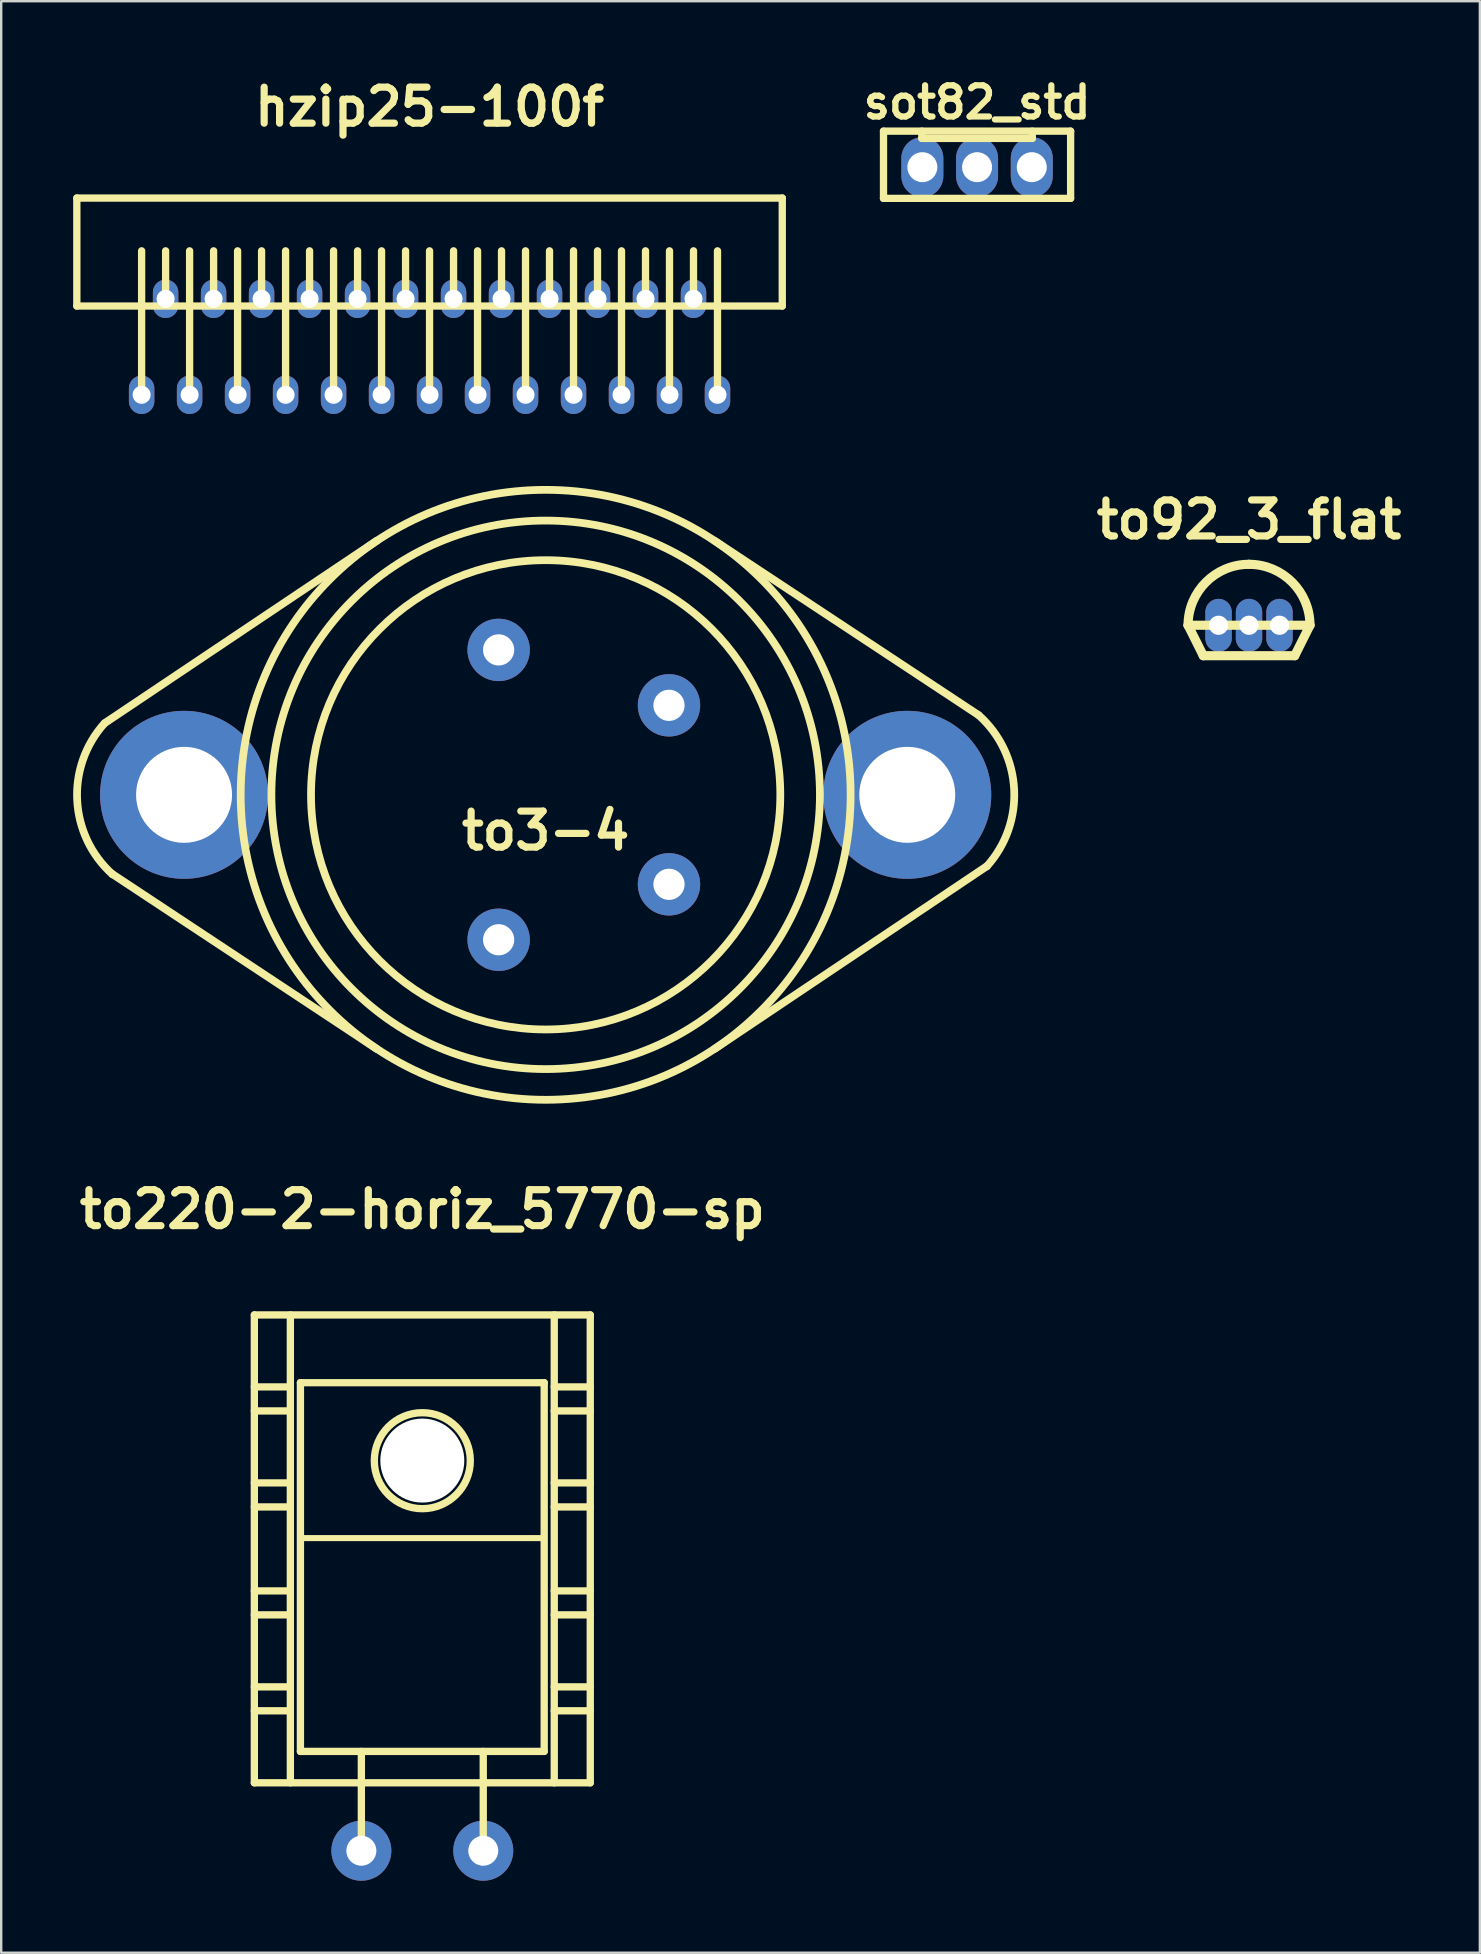
<source format=kicad_pcb>
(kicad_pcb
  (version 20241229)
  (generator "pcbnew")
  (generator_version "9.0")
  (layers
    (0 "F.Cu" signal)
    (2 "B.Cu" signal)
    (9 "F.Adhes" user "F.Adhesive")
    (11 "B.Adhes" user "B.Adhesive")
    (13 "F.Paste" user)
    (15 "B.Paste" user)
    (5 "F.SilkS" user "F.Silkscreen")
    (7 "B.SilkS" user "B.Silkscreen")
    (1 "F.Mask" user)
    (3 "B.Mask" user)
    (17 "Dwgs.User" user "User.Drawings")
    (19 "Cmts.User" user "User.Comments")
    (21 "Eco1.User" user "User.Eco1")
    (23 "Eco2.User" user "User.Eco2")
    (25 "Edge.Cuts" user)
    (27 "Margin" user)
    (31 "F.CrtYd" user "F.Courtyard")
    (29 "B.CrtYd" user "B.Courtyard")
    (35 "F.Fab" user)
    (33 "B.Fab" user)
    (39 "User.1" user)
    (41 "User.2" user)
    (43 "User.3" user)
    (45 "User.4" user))
  (footprint "hzip25-100f"
    (layer "F.Cu")
    (at 14.852 9.404)
    (property "Reference" "hzip25-100f" (at 0 -8 0) (layer "F.SilkS") (effects (font (size 1.5 1.5) (thickness 0.3))))
    (attr through_hole)
    (fp_line (start -14.7 -4.2) (end -14.7 0.3) (stroke (width 0.305) (type solid)) (layer "F.SilkS"))
    (fp_line (start -14.7 -4.2) (end 14.7 -4.2) (stroke (width 0.305) (type solid)) (layer "F.SilkS"))
    (fp_line (start -14.7 0.3) (end 14.7 0.3) (stroke (width 0.305) (type solid)) (layer "F.SilkS"))
    (fp_line (start -12 4) (end -12 -2) (stroke (width 0.305) (type solid)) (layer "F.SilkS"))
    (fp_line (start -11 0) (end -11 -2) (stroke (width 0.305) (type solid)) (layer "F.SilkS"))
    (fp_line (start -10 4) (end -10 -2) (stroke (width 0.305) (type solid)) (layer "F.SilkS"))
    (fp_line (start -9 0) (end -9 -2) (stroke (width 0.305) (type solid)) (layer "F.SilkS"))
    (fp_line (start -8 4) (end -8 -2) (stroke (width 0.305) (type solid)) (layer "F.SilkS"))
    (fp_line (start -7 0) (end -7 -2) (stroke (width 0.305) (type solid)) (layer "F.SilkS"))
    (fp_line (start -6 4) (end -6 -2) (stroke (width 0.305) (type solid)) (layer "F.SilkS"))
    (fp_line (start -5 0) (end -5 -2) (stroke (width 0.305) (type solid)) (layer "F.SilkS"))
    (fp_line (start -4 4) (end -4 -2) (stroke (width 0.305) (type solid)) (layer "F.SilkS"))
    (fp_line (start -3 0) (end -3 -2) (stroke (width 0.305) (type solid)) (layer "F.SilkS"))
    (fp_line (start -2 4) (end -2 -2) (stroke (width 0.305) (type solid)) (layer "F.SilkS"))
    (fp_line (start -1 0) (end -1 -2) (stroke (width 0.305) (type solid)) (layer "F.SilkS"))
    (fp_line (start 0 4) (end 0 -2) (stroke (width 0.305) (type solid)) (layer "F.SilkS"))
    (fp_line (start 1 0) (end 1 -2) (stroke (width 0.305) (type solid)) (layer "F.SilkS"))
    (fp_line (start 2 4) (end 2 -2) (stroke (width 0.305) (type solid)) (layer "F.SilkS"))
    (fp_line (start 3 0) (end 3 -2) (stroke (width 0.305) (type solid)) (layer "F.SilkS"))
    (fp_line (start 4 4) (end 4 -2) (stroke (width 0.305) (type solid)) (layer "F.SilkS"))
    (fp_line (start 5 0) (end 5 -2) (stroke (width 0.305) (type solid)) (layer "F.SilkS"))
    (fp_line (start 6 4) (end 6 -2) (stroke (width 0.305) (type solid)) (layer "F.SilkS"))
    (fp_line (start 7 0) (end 7 -2) (stroke (width 0.305) (type solid)) (layer "F.SilkS"))
    (fp_line (start 8 4) (end 8 -2) (stroke (width 0.305) (type solid)) (layer "F.SilkS"))
    (fp_line (start 9 0) (end 9 -2) (stroke (width 0.305) (type solid)) (layer "F.SilkS"))
    (fp_line (start 10 4) (end 10 -2) (stroke (width 0.305) (type solid)) (layer "F.SilkS"))
    (fp_line (start 11 0) (end 11 -2) (stroke (width 0.305) (type solid)) (layer "F.SilkS"))
    (fp_line (start 12 4) (end 12 -2) (stroke (width 0.305) (type solid)) (layer "F.SilkS"))
    (fp_line (start 14.7 -4.2) (end 14.7 0.3) (stroke (width 0.305) (type solid)) (layer "F.SilkS"))
    (pad "1" thru_hole oval (at -12 4) (size 1.06 1.6) (drill 0.75) (layers "*.Cu" "*.Mask"))
    (pad "2" thru_hole oval (at -11 0) (size 1.06 1.6) (drill 0.75) (layers "*.Cu" "*.Mask"))
    (pad "3" thru_hole oval (at -10 4) (size 1.06 1.6) (drill 0.75) (layers "*.Cu" "*.Mask"))
    (pad "4" thru_hole oval (at -9 0) (size 1.06 1.6) (drill 0.75) (layers "*.Cu" "*.Mask"))
    (pad "5" thru_hole oval (at -8 4) (size 1.06 1.6) (drill 0.75) (layers "*.Cu" "*.Mask"))
    (pad "6" thru_hole oval (at -7 0) (size 1.06 1.6) (drill 0.75) (layers "*.Cu" "*.Mask"))
    (pad "7" thru_hole oval (at -6 4) (size 1.06 1.6) (drill 0.75) (layers "*.Cu" "*.Mask"))
    (pad "8" thru_hole oval (at -5 0) (size 1.06 1.6) (drill 0.75) (layers "*.Cu" "*.Mask"))
    (pad "9" thru_hole oval (at -4 4) (size 1.06 1.6) (drill 0.75) (layers "*.Cu" "*.Mask"))
    (pad "10" thru_hole oval (at -3 0) (size 1.06 1.6) (drill 0.75) (layers "*.Cu" "*.Mask"))
    (pad "11" thru_hole oval (at -2 4) (size 1.06 1.6) (drill 0.75) (layers "*.Cu" "*.Mask"))
    (pad "12" thru_hole oval (at -1 0) (size 1.06 1.6) (drill 0.75) (layers "*.Cu" "*.Mask"))
    (pad "13" thru_hole oval (at 0 4) (size 1.06 1.6) (drill 0.75) (layers "*.Cu" "*.Mask"))
    (pad "14" thru_hole oval (at 1 0) (size 1.06 1.6) (drill 0.75) (layers "*.Cu" "*.Mask"))
    (pad "15" thru_hole oval (at 2 4) (size 1.06 1.6) (drill 0.75) (layers "*.Cu" "*.Mask"))
    (pad "16" thru_hole oval (at 3 0) (size 1.06 1.6) (drill 0.75) (layers "*.Cu" "*.Mask"))
    (pad "17" thru_hole oval (at 4 4) (size 1.06 1.6) (drill 0.75) (layers "*.Cu" "*.Mask"))
    (pad "18" thru_hole oval (at 5 0) (size 1.06 1.6) (drill 0.75) (layers "*.Cu" "*.Mask"))
    (pad "19" thru_hole oval (at 6 4) (size 1.06 1.6) (drill 0.75) (layers "*.Cu" "*.Mask"))
    (pad "20" thru_hole oval (at 7 0) (size 1.06 1.6) (drill 0.75) (layers "*.Cu" "*.Mask"))
    (pad "21" thru_hole oval (at 8 4) (size 1.06 1.6) (drill 0.75) (layers "*.Cu" "*.Mask"))
    (pad "22" thru_hole oval (at 9 0) (size 1.06 1.6) (drill 0.75) (layers "*.Cu" "*.Mask"))
    (pad "23" thru_hole oval (at 10 4) (size 1.06 1.6) (drill 0.75) (layers "*.Cu" "*.Mask"))
    (pad "24" thru_hole oval (at 11 0) (size 1.06 1.6) (drill 0.75) (layers "*.Cu" "*.Mask"))
    (pad "25" thru_hole oval (at 12 4) (size 1.06 1.6) (drill 0.75) (layers "*.Cu" "*.Mask")))
  (footprint "to220-2-horiz_5770-sp"
    (layer "F.Cu")
    (at 14.55 65.751)
    (property "Reference" "to220-2-horiz_5770-sp" (at 0 -18.4 0) (layer "F.SilkS") (effects (font (size 1.5 1.5) (thickness 0.3))))
    (attr through_hole)
    (fp_line (start -7 -14) (end -7 5.499) (stroke (width 0.305) (type solid)) (layer "F.SilkS"))
    (fp_line (start -7 -11.001) (end -5.499 -11.001) (stroke (width 0.305) (type solid)) (layer "F.SilkS"))
    (fp_line (start -7 -10) (end -5.499 -10) (stroke (width 0.305) (type solid)) (layer "F.SilkS"))
    (fp_line (start -7 -7) (end -5.499 -7) (stroke (width 0.305) (type solid)) (layer "F.SilkS"))
    (fp_line (start -7 -5.999) (end -5.499 -5.999) (stroke (width 0.305) (type solid)) (layer "F.SilkS"))
    (fp_line (start -7 -2.499) (end -5.499 -2.499) (stroke (width 0.305) (type solid)) (layer "F.SilkS"))
    (fp_line (start -7 -1.501) (end -5.499 -1.501) (stroke (width 0.305) (type solid)) (layer "F.SilkS"))
    (fp_line (start -7 1.501) (end -5.499 1.501) (stroke (width 0.305) (type solid)) (layer "F.SilkS"))
    (fp_line (start -7 2.499) (end -5.499 2.499) (stroke (width 0.305) (type solid)) (layer "F.SilkS"))
    (fp_line (start -7 5.499) (end 7 5.499) (stroke (width 0.305) (type solid)) (layer "F.SilkS"))
    (fp_line (start -5.499 5.499) (end -5.499 -14) (stroke (width 0.305) (type solid)) (layer "F.SilkS"))
    (fp_line (start -5.08 -11.176) (end -5.08 4.191) (stroke (width 0.305) (type solid)) (layer "F.SilkS"))
    (fp_line (start -5.08 4.191) (end 5.08 4.191) (stroke (width 0.305) (type solid)) (layer "F.SilkS"))
    (fp_line (start -2.54 8.382) (end -2.54 4.191) (stroke (width 0.305) (type solid)) (layer "F.SilkS"))
    (fp_line (start 2.54 8.382) (end 2.54 4.191) (stroke (width 0.305) (type solid)) (layer "F.SilkS"))
    (fp_line (start 5.08 -11.176) (end -5.08 -11.176) (stroke (width 0.305) (type solid)) (layer "F.SilkS"))
    (fp_line (start 5.08 -4.699) (end -5.08 -4.699) (stroke (width 0.254) (type solid)) (layer "F.SilkS"))
    (fp_line (start 5.08 4.191) (end 5.08 -11.176) (stroke (width 0.305) (type solid)) (layer "F.SilkS"))
    (fp_line (start 5.499 -14) (end 5.499 5.499) (stroke (width 0.305) (type solid)) (layer "F.SilkS"))
    (fp_line (start 5.499 -11.001) (end 7 -11.001) (stroke (width 0.305) (type solid)) (layer "F.SilkS"))
    (fp_line (start 5.499 -10) (end 7 -10) (stroke (width 0.305) (type solid)) (layer "F.SilkS"))
    (fp_line (start 5.499 -7) (end 7 -7) (stroke (width 0.305) (type solid)) (layer "F.SilkS"))
    (fp_line (start 5.499 -5.999) (end 7 -5.999) (stroke (width 0.305) (type solid)) (layer "F.SilkS"))
    (fp_line (start 5.499 -2.499) (end 7 -2.499) (stroke (width 0.305) (type solid)) (layer "F.SilkS"))
    (fp_line (start 5.499 -1.501) (end 7 -1.501) (stroke (width 0.305) (type solid)) (layer "F.SilkS"))
    (fp_line (start 5.499 1.501) (end 7 1.501) (stroke (width 0.305) (type solid)) (layer "F.SilkS"))
    (fp_line (start 5.499 2.499) (end 7 2.499) (stroke (width 0.305) (type solid)) (layer "F.SilkS"))
    (fp_line (start 7 -14) (end -7 -14) (stroke (width 0.305) (type solid)) (layer "F.SilkS"))
    (fp_line (start 7 5.499) (end 7 -14) (stroke (width 0.305) (type solid)) (layer "F.SilkS"))
    (fp_circle (center 0 -7.925) (end -1.999 -8.001) (stroke (width 0.305) (type solid)) (fill no) (layer "F.SilkS"))
    (pad "" np_thru_hole circle (at 0 -7.93) (size 3.5 3.5) (drill 3.5) (layers "*.Cu" "*.Mask"))
    (pad "1" thru_hole circle (at -2.54 8.33) (size 2.5 2.5) (drill 1.25) (layers "*.Cu" "*.Mask"))
    (pad "2" thru_hole circle (at 2.54 8.33) (size 2.5 2.5) (drill 1.25) (layers "*.Cu" "*.Mask")))
  (footprint "to3-4"
    (layer "F.Cu")
    (at 19.691 30.075)
    (property "Reference" "to3-4" (at 0 1.5 0) (layer "F.SilkS") (effects (font (size 1.5 1.5) (thickness 0.3))))
    (attr through_hole)
    (fp_line (start -18.364 -2.997) (end -7.036 -10.592) (stroke (width 0.323) (type solid)) (layer "F.SilkS"))
    (fp_line (start -18.059 3.302) (end -7.036 10.592) (stroke (width 0.323) (type solid)) (layer "F.SilkS"))
    (fp_line (start 18.034 -3.327) (end 7.036 -10.592) (stroke (width 0.323) (type solid)) (layer "F.SilkS"))
    (fp_line (start 18.39 2.972) (end 7.036 10.592) (stroke (width 0.323) (type solid)) (layer "F.SilkS"))
    (fp_arc (start -18.05432 3.31216) (mid -19.523719 0.235283) (end -18.38706 -2.97942) (stroke (width 0.32258) (type solid)) (layer "F.SilkS"))
    (fp_arc (start 18.05432 -3.31216) (mid 19.523719 -0.235283) (end 18.38706 2.97942) (stroke (width 0.32258) (type solid)) (layer "F.SilkS"))
    (fp_circle (center 0 0) (end -12.7 0.508) (stroke (width 0.323) (type solid)) (fill no) (layer "F.SilkS"))
    (fp_circle (center 0 0) (end -11.43 0) (stroke (width 0.323) (type solid)) (fill no) (layer "F.SilkS"))
    (fp_circle (center 0 0) (end -9.779 0) (stroke (width 0.323) (type solid)) (fill no) (layer "F.SilkS"))
    (pad "1" thru_hole circle (at -1.96 6.04) (size 2.6 2.6) (drill 1.3) (layers "*.Cu" "*.Mask"))
    (pad "2" thru_hole circle (at 5.14 3.73) (size 2.6 2.6) (drill 1.3) (layers "*.Cu" "*.Mask"))
    (pad "3" thru_hole circle (at 5.14 -3.73) (size 2.6 2.6) (drill 1.3) (layers "*.Cu" "*.Mask"))
    (pad "4" thru_hole circle (at -1.96 -6.04) (size 2.6 2.6) (drill 1.3) (layers "*.Cu" "*.Mask"))
    (pad "5" thru_hole circle (at -15.07 0) (size 7 7) (drill 4) (layers "*.Cu" "*.Mask"))
    (pad "5" thru_hole circle (at 15.07 0) (size 7 7) (drill 4) (layers "*.Cu" "*.Mask")))
  (footprint "to92_3_flat"
    (layer "F.Cu")
    (at 49.004 23.008)
    (property "Reference" "to92_3_flat" (at 0 -4.4 0) (layer "F.SilkS") (effects (font (size 1.5 1.5) (thickness 0.3))))
    (attr through_hole)
    (fp_line (start -1.905 1.27) (end -2.54 0) (stroke (width 0.381) (type solid)) (layer "F.SilkS"))
    (fp_line (start 1.905 1.27) (end -1.905 1.27) (stroke (width 0.381) (type solid)) (layer "F.SilkS"))
    (fp_line (start 2.54 0) (end -2.54 0) (stroke (width 0.381) (type solid)) (layer "F.SilkS"))
    (fp_line (start 2.54 0) (end 1.905 1.27) (stroke (width 0.381) (type solid)) (layer "F.SilkS"))
    (fp_arc (start -2.54 0) (mid -1.796051 -1.796051) (end 0 -2.54) (stroke (width 0.381) (type solid)) (layer "F.SilkS"))
    (fp_arc (start 0 -2.54) (mid 1.796051 -1.796051) (end 2.54 0) (stroke (width 0.381) (type solid)) (layer "F.SilkS"))
    (pad "1" thru_hole oval (at 1.27 0) (size 1.1 2.2) (drill 0.8) (layers "*.Cu" "*.Mask"))
    (pad "2" thru_hole oval (at 0 0) (size 1.1 2.2) (drill 0.8) (layers "*.Cu" "*.Mask"))
    (pad "3" thru_hole oval (at -1.27 0) (size 1.1 2.2) (drill 0.8) (layers "*.Cu" "*.Mask")))
  (footprint "sot82_std"
    (layer "F.Cu")
    (at 37.67 3.917)
    (property "Reference" "sot82_std" (at 0 -2.7 0) (layer "F.SilkS") (effects (font (size 1.3 1.3) (thickness 0.26))))
    (attr through_hole)
    (fp_line (start -3.899 -1.501) (end -3.899 1.3) (stroke (width 0.305) (type solid)) (layer "F.SilkS"))
    (fp_line (start -3.899 1.3) (end 3.899 1.3) (stroke (width 0.305) (type solid)) (layer "F.SilkS"))
    (fp_line (start -2.301 -1.501) (end -2.301 -1.199) (stroke (width 0.305) (type solid)) (layer "F.SilkS"))
    (fp_line (start -2.301 -1.199) (end 2.301 -1.199) (stroke (width 0.305) (type solid)) (layer "F.SilkS"))
    (fp_line (start 2.301 -1.199) (end 2.301 -1.501) (stroke (width 0.305) (type solid)) (layer "F.SilkS"))
    (fp_line (start 3.899 -1.501) (end -3.899 -1.501) (stroke (width 0.305) (type solid)) (layer "F.SilkS"))
    (fp_line (start 3.899 1.3) (end 3.899 -1.501) (stroke (width 0.305) (type solid)) (layer "F.SilkS"))
    (pad "1" thru_hole oval (at 2.28 0) (size 1.75 2.5) (drill 1.25) (layers "*.Cu" "*.Mask"))
    (pad "2" thru_hole oval (at 0 0) (size 1.75 2.5) (drill 1.25) (layers "*.Cu" "*.Mask"))
    (pad "3" thru_hole oval (at -2.28 0) (size 1.75 2.5) (drill 1.25) (layers "*.Cu" "*.Mask")))
  (gr_rect
    (start -3 -3)
    (end 58.625 78.331)
    (stroke (width 0.1) (type default))
    (fill no)
    (layer "Edge.Cuts")))
</source>
